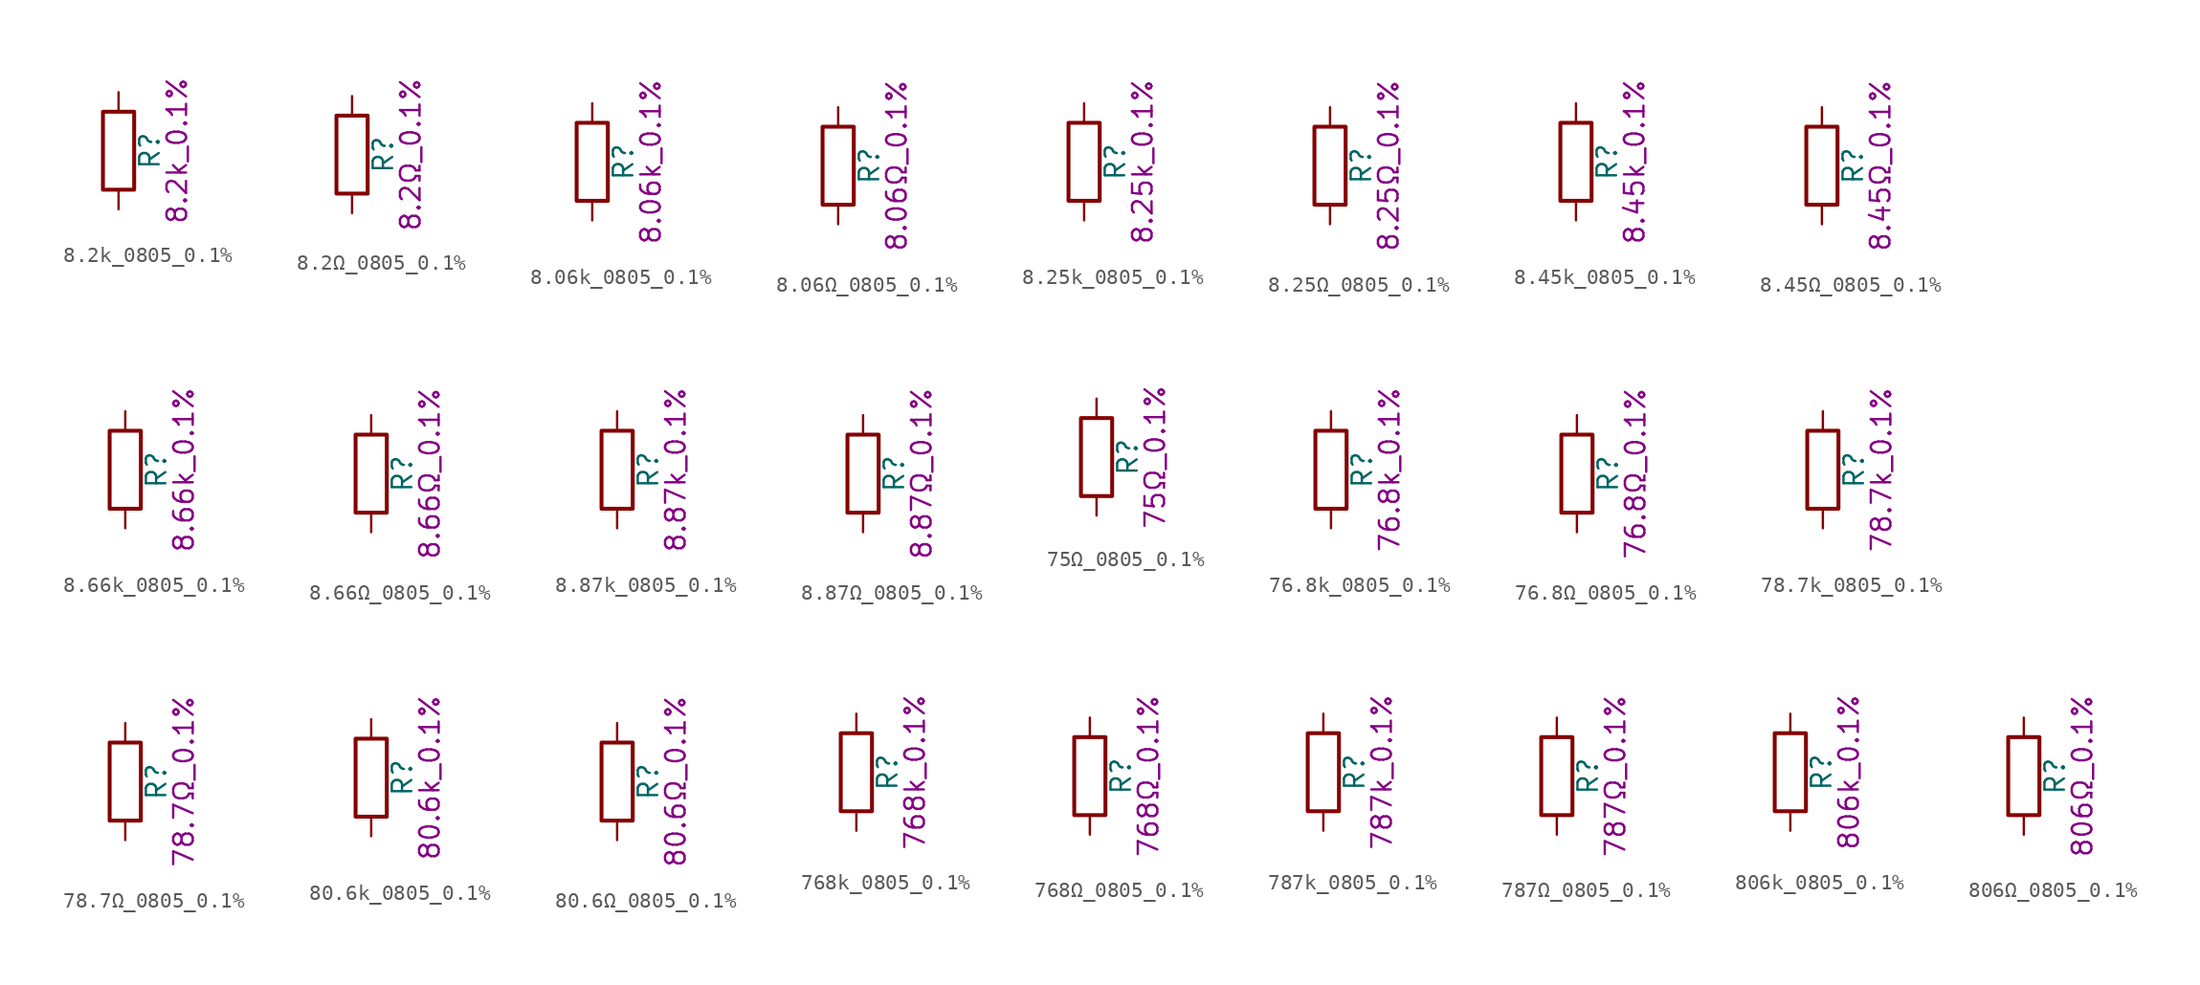
<source format=kicad_sym>
(kicad_symbol_lib
  (version 20211014)
  (generator kicad_symbol_editor)
  (symbol "8.2k_0805_0.1%"
    (pin_numbers hide)
    (pin_names
      (offset 0))
    (property "Reference" "R"
      (at 2.032 0 90)
      (effects (font (size 1.27 1.27))))
    (property "Display" "8.2k_0.1%"
      (at 3.81 0 90)
      (effects (font (size 1.27 1.27))))
    (symbol "8.2k_0805_0.1%_0_1"
      (rectangle (start -1.016 -2.54) (end 1.016 2.54) (stroke (width 0.254) (type default) (color 0 0 0 0)) (fill (type none))))
    (symbol "8.2k_0805_0.1%_1_1"
      (pin passive line (at 0 3.81 270) (length 1.27) (name "~" (effects (font (size 1.27 1.27)))) (number "1" (effects (font (size 1.27 1.27)))))
      (pin passive line (at 0 -3.81 90) (length 1.27) (name "~" (effects (font (size 1.27 1.27)))) (number "2" (effects (font (size 1.27 1.27)))))))
  (symbol "8.2Ω_0805_0.1%"
    (pin_numbers hide)
    (pin_names
      (offset 0))
    (property "Reference" "R"
      (at 2.032 0 90)
      (effects (font (size 1.27 1.27))))
    (property "Display" "8.2Ω_0.1%"
      (at 3.81 0 90)
      (effects (font (size 1.27 1.27))))
    (symbol "8.2Ω_0805_0.1%_0_1"
      (rectangle (start -1.016 -2.54) (end 1.016 2.54) (stroke (width 0.254) (type default) (color 0 0 0 0)) (fill (type none))))
    (symbol "8.2Ω_0805_0.1%_1_1"
      (pin passive line (at 0 3.81 270) (length 1.27) (name "~" (effects (font (size 1.27 1.27)))) (number "1" (effects (font (size 1.27 1.27)))))
      (pin passive line (at 0 -3.81 90) (length 1.27) (name "~" (effects (font (size 1.27 1.27)))) (number "2" (effects (font (size 1.27 1.27)))))))
  (symbol "8.06k_0805_0.1%"
    (pin_numbers hide)
    (pin_names
      (offset 0))
    (property "Reference" "R"
      (at 2.032 0 90)
      (effects (font (size 1.27 1.27))))
    (property "Display" "8.06k_0.1%"
      (at 3.81 0 90)
      (effects (font (size 1.27 1.27))))
    (symbol "8.06k_0805_0.1%_0_1"
      (rectangle (start -1.016 -2.54) (end 1.016 2.54) (stroke (width 0.254) (type default) (color 0 0 0 0)) (fill (type none))))
    (symbol "8.06k_0805_0.1%_1_1"
      (pin passive line (at 0 3.81 270) (length 1.27) (name "~" (effects (font (size 1.27 1.27)))) (number "1" (effects (font (size 1.27 1.27)))))
      (pin passive line (at 0 -3.81 90) (length 1.27) (name "~" (effects (font (size 1.27 1.27)))) (number "2" (effects (font (size 1.27 1.27)))))))
  (symbol "8.06Ω_0805_0.1%"
    (pin_numbers hide)
    (pin_names
      (offset 0))
    (property "Reference" "R"
      (at 2.032 0 90)
      (effects (font (size 1.27 1.27))))
    (property "Display" "8.06Ω_0.1%"
      (at 3.81 0 90)
      (effects (font (size 1.27 1.27))))
    (symbol "8.06Ω_0805_0.1%_0_1"
      (rectangle (start -1.016 -2.54) (end 1.016 2.54) (stroke (width 0.254) (type default) (color 0 0 0 0)) (fill (type none))))
    (symbol "8.06Ω_0805_0.1%_1_1"
      (pin passive line (at 0 3.81 270) (length 1.27) (name "~" (effects (font (size 1.27 1.27)))) (number "1" (effects (font (size 1.27 1.27)))))
      (pin passive line (at 0 -3.81 90) (length 1.27) (name "~" (effects (font (size 1.27 1.27)))) (number "2" (effects (font (size 1.27 1.27)))))))
  (symbol "8.25k_0805_0.1%"
    (pin_numbers hide)
    (pin_names
      (offset 0))
    (property "Reference" "R"
      (at 2.032 0 90)
      (effects (font (size 1.27 1.27))))
    (property "Display" "8.25k_0.1%"
      (at 3.81 0 90)
      (effects (font (size 1.27 1.27))))
    (symbol "8.25k_0805_0.1%_0_1"
      (rectangle (start -1.016 -2.54) (end 1.016 2.54) (stroke (width 0.254) (type default) (color 0 0 0 0)) (fill (type none))))
    (symbol "8.25k_0805_0.1%_1_1"
      (pin passive line (at 0 3.81 270) (length 1.27) (name "~" (effects (font (size 1.27 1.27)))) (number "1" (effects (font (size 1.27 1.27)))))
      (pin passive line (at 0 -3.81 90) (length 1.27) (name "~" (effects (font (size 1.27 1.27)))) (number "2" (effects (font (size 1.27 1.27)))))))
  (symbol "8.25Ω_0805_0.1%"
    (pin_numbers hide)
    (pin_names
      (offset 0))
    (property "Reference" "R"
      (at 2.032 0 90)
      (effects (font (size 1.27 1.27))))
    (property "Display" "8.25Ω_0.1%"
      (at 3.81 0 90)
      (effects (font (size 1.27 1.27))))
    (symbol "8.25Ω_0805_0.1%_0_1"
      (rectangle (start -1.016 -2.54) (end 1.016 2.54) (stroke (width 0.254) (type default) (color 0 0 0 0)) (fill (type none))))
    (symbol "8.25Ω_0805_0.1%_1_1"
      (pin passive line (at 0 3.81 270) (length 1.27) (name "~" (effects (font (size 1.27 1.27)))) (number "1" (effects (font (size 1.27 1.27)))))
      (pin passive line (at 0 -3.81 90) (length 1.27) (name "~" (effects (font (size 1.27 1.27)))) (number "2" (effects (font (size 1.27 1.27)))))))
  (symbol "8.45k_0805_0.1%"
    (pin_numbers hide)
    (pin_names
      (offset 0))
    (property "Reference" "R"
      (at 2.032 0 90)
      (effects (font (size 1.27 1.27))))
    (property "Display" "8.45k_0.1%"
      (at 3.81 0 90)
      (effects (font (size 1.27 1.27))))
    (symbol "8.45k_0805_0.1%_0_1"
      (rectangle (start -1.016 -2.54) (end 1.016 2.54) (stroke (width 0.254) (type default) (color 0 0 0 0)) (fill (type none))))
    (symbol "8.45k_0805_0.1%_1_1"
      (pin passive line (at 0 3.81 270) (length 1.27) (name "~" (effects (font (size 1.27 1.27)))) (number "1" (effects (font (size 1.27 1.27)))))
      (pin passive line (at 0 -3.81 90) (length 1.27) (name "~" (effects (font (size 1.27 1.27)))) (number "2" (effects (font (size 1.27 1.27)))))))
  (symbol "8.45Ω_0805_0.1%"
    (pin_numbers hide)
    (pin_names
      (offset 0))
    (property "Reference" "R"
      (at 2.032 0 90)
      (effects (font (size 1.27 1.27))))
    (property "Display" "8.45Ω_0.1%"
      (at 3.81 0 90)
      (effects (font (size 1.27 1.27))))
    (symbol "8.45Ω_0805_0.1%_0_1"
      (rectangle (start -1.016 -2.54) (end 1.016 2.54) (stroke (width 0.254) (type default) (color 0 0 0 0)) (fill (type none))))
    (symbol "8.45Ω_0805_0.1%_1_1"
      (pin passive line (at 0 3.81 270) (length 1.27) (name "~" (effects (font (size 1.27 1.27)))) (number "1" (effects (font (size 1.27 1.27)))))
      (pin passive line (at 0 -3.81 90) (length 1.27) (name "~" (effects (font (size 1.27 1.27)))) (number "2" (effects (font (size 1.27 1.27)))))))
  (symbol "8.66k_0805_0.1%"
    (pin_numbers hide)
    (pin_names
      (offset 0))
    (property "Reference" "R"
      (at 2.032 0 90)
      (effects (font (size 1.27 1.27))))
    (property "Display" "8.66k_0.1%"
      (at 3.81 0 90)
      (effects (font (size 1.27 1.27))))
    (symbol "8.66k_0805_0.1%_0_1"
      (rectangle (start -1.016 -2.54) (end 1.016 2.54) (stroke (width 0.254) (type default) (color 0 0 0 0)) (fill (type none))))
    (symbol "8.66k_0805_0.1%_1_1"
      (pin passive line (at 0 3.81 270) (length 1.27) (name "~" (effects (font (size 1.27 1.27)))) (number "1" (effects (font (size 1.27 1.27)))))
      (pin passive line (at 0 -3.81 90) (length 1.27) (name "~" (effects (font (size 1.27 1.27)))) (number "2" (effects (font (size 1.27 1.27)))))))
  (symbol "8.66Ω_0805_0.1%"
    (pin_numbers hide)
    (pin_names
      (offset 0))
    (property "Reference" "R"
      (at 2.032 0 90)
      (effects (font (size 1.27 1.27))))
    (property "Display" "8.66Ω_0.1%"
      (at 3.81 0 90)
      (effects (font (size 1.27 1.27))))
    (symbol "8.66Ω_0805_0.1%_0_1"
      (rectangle (start -1.016 -2.54) (end 1.016 2.54) (stroke (width 0.254) (type default) (color 0 0 0 0)) (fill (type none))))
    (symbol "8.66Ω_0805_0.1%_1_1"
      (pin passive line (at 0 3.81 270) (length 1.27) (name "~" (effects (font (size 1.27 1.27)))) (number "1" (effects (font (size 1.27 1.27)))))
      (pin passive line (at 0 -3.81 90) (length 1.27) (name "~" (effects (font (size 1.27 1.27)))) (number "2" (effects (font (size 1.27 1.27)))))))
  (symbol "8.87k_0805_0.1%"
    (pin_numbers hide)
    (pin_names
      (offset 0))
    (property "Reference" "R"
      (at 2.032 0 90)
      (effects (font (size 1.27 1.27))))
    (property "Display" "8.87k_0.1%"
      (at 3.81 0 90)
      (effects (font (size 1.27 1.27))))
    (symbol "8.87k_0805_0.1%_0_1"
      (rectangle (start -1.016 -2.54) (end 1.016 2.54) (stroke (width 0.254) (type default) (color 0 0 0 0)) (fill (type none))))
    (symbol "8.87k_0805_0.1%_1_1"
      (pin passive line (at 0 3.81 270) (length 1.27) (name "~" (effects (font (size 1.27 1.27)))) (number "1" (effects (font (size 1.27 1.27)))))
      (pin passive line (at 0 -3.81 90) (length 1.27) (name "~" (effects (font (size 1.27 1.27)))) (number "2" (effects (font (size 1.27 1.27)))))))
  (symbol "8.87Ω_0805_0.1%"
    (pin_numbers hide)
    (pin_names
      (offset 0))
    (property "Reference" "R"
      (at 2.032 0 90)
      (effects (font (size 1.27 1.27))))
    (property "Display" "8.87Ω_0.1%"
      (at 3.81 0 90)
      (effects (font (size 1.27 1.27))))
    (symbol "8.87Ω_0805_0.1%_0_1"
      (rectangle (start -1.016 -2.54) (end 1.016 2.54) (stroke (width 0.254) (type default) (color 0 0 0 0)) (fill (type none))))
    (symbol "8.87Ω_0805_0.1%_1_1"
      (pin passive line (at 0 3.81 270) (length 1.27) (name "~" (effects (font (size 1.27 1.27)))) (number "1" (effects (font (size 1.27 1.27)))))
      (pin passive line (at 0 -3.81 90) (length 1.27) (name "~" (effects (font (size 1.27 1.27)))) (number "2" (effects (font (size 1.27 1.27)))))))
  (symbol "75Ω_0805_0.1%"
    (pin_numbers hide)
    (pin_names
      (offset 0))
    (property "Reference" "R"
      (at 2.032 0 90)
      (effects (font (size 1.27 1.27))))
    (property "Display" "75Ω_0.1%"
      (at 3.81 0 90)
      (effects (font (size 1.27 1.27))))
    (symbol "75Ω_0805_0.1%_0_1"
      (rectangle (start -1.016 -2.54) (end 1.016 2.54) (stroke (width 0.254) (type default) (color 0 0 0 0)) (fill (type none))))
    (symbol "75Ω_0805_0.1%_1_1"
      (pin passive line (at 0 3.81 270) (length 1.27) (name "~" (effects (font (size 1.27 1.27)))) (number "1" (effects (font (size 1.27 1.27)))))
      (pin passive line (at 0 -3.81 90) (length 1.27) (name "~" (effects (font (size 1.27 1.27)))) (number "2" (effects (font (size 1.27 1.27)))))))
  (symbol "76.8k_0805_0.1%"
    (pin_numbers hide)
    (pin_names
      (offset 0))
    (property "Reference" "R"
      (at 2.032 0 90)
      (effects (font (size 1.27 1.27))))
    (property "Display" "76.8k_0.1%"
      (at 3.81 0 90)
      (effects (font (size 1.27 1.27))))
    (symbol "76.8k_0805_0.1%_0_1"
      (rectangle (start -1.016 -2.54) (end 1.016 2.54) (stroke (width 0.254) (type default) (color 0 0 0 0)) (fill (type none))))
    (symbol "76.8k_0805_0.1%_1_1"
      (pin passive line (at 0 3.81 270) (length 1.27) (name "~" (effects (font (size 1.27 1.27)))) (number "1" (effects (font (size 1.27 1.27)))))
      (pin passive line (at 0 -3.81 90) (length 1.27) (name "~" (effects (font (size 1.27 1.27)))) (number "2" (effects (font (size 1.27 1.27)))))))
  (symbol "76.8Ω_0805_0.1%"
    (pin_numbers hide)
    (pin_names
      (offset 0))
    (property "Reference" "R"
      (at 2.032 0 90)
      (effects (font (size 1.27 1.27))))
    (property "Display" "76.8Ω_0.1%"
      (at 3.81 0 90)
      (effects (font (size 1.27 1.27))))
    (symbol "76.8Ω_0805_0.1%_0_1"
      (rectangle (start -1.016 -2.54) (end 1.016 2.54) (stroke (width 0.254) (type default) (color 0 0 0 0)) (fill (type none))))
    (symbol "76.8Ω_0805_0.1%_1_1"
      (pin passive line (at 0 3.81 270) (length 1.27) (name "~" (effects (font (size 1.27 1.27)))) (number "1" (effects (font (size 1.27 1.27)))))
      (pin passive line (at 0 -3.81 90) (length 1.27) (name "~" (effects (font (size 1.27 1.27)))) (number "2" (effects (font (size 1.27 1.27)))))))
  (symbol "78.7k_0805_0.1%"
    (pin_numbers hide)
    (pin_names
      (offset 0))
    (property "Reference" "R"
      (at 2.032 0 90)
      (effects (font (size 1.27 1.27))))
    (property "Display" "78.7k_0.1%"
      (at 3.81 0 90)
      (effects (font (size 1.27 1.27))))
    (symbol "78.7k_0805_0.1%_0_1"
      (rectangle (start -1.016 -2.54) (end 1.016 2.54) (stroke (width 0.254) (type default) (color 0 0 0 0)) (fill (type none))))
    (symbol "78.7k_0805_0.1%_1_1"
      (pin passive line (at 0 3.81 270) (length 1.27) (name "~" (effects (font (size 1.27 1.27)))) (number "1" (effects (font (size 1.27 1.27)))))
      (pin passive line (at 0 -3.81 90) (length 1.27) (name "~" (effects (font (size 1.27 1.27)))) (number "2" (effects (font (size 1.27 1.27)))))))
  (symbol "78.7Ω_0805_0.1%"
    (pin_numbers hide)
    (pin_names
      (offset 0))
    (property "Reference" "R"
      (at 2.032 0 90)
      (effects (font (size 1.27 1.27))))
    (property "Display" "78.7Ω_0.1%"
      (at 3.81 0 90)
      (effects (font (size 1.27 1.27))))
    (symbol "78.7Ω_0805_0.1%_0_1"
      (rectangle (start -1.016 -2.54) (end 1.016 2.54) (stroke (width 0.254) (type default) (color 0 0 0 0)) (fill (type none))))
    (symbol "78.7Ω_0805_0.1%_1_1"
      (pin passive line (at 0 3.81 270) (length 1.27) (name "~" (effects (font (size 1.27 1.27)))) (number "1" (effects (font (size 1.27 1.27)))))
      (pin passive line (at 0 -3.81 90) (length 1.27) (name "~" (effects (font (size 1.27 1.27)))) (number "2" (effects (font (size 1.27 1.27)))))))
  (symbol "80.6k_0805_0.1%"
    (pin_numbers hide)
    (pin_names
      (offset 0))
    (property "Reference" "R"
      (at 2.032 0 90)
      (effects (font (size 1.27 1.27))))
    (property "Display" "80.6k_0.1%"
      (at 3.81 0 90)
      (effects (font (size 1.27 1.27))))
    (symbol "80.6k_0805_0.1%_0_1"
      (rectangle (start -1.016 -2.54) (end 1.016 2.54) (stroke (width 0.254) (type default) (color 0 0 0 0)) (fill (type none))))
    (symbol "80.6k_0805_0.1%_1_1"
      (pin passive line (at 0 3.81 270) (length 1.27) (name "~" (effects (font (size 1.27 1.27)))) (number "1" (effects (font (size 1.27 1.27)))))
      (pin passive line (at 0 -3.81 90) (length 1.27) (name "~" (effects (font (size 1.27 1.27)))) (number "2" (effects (font (size 1.27 1.27)))))))
  (symbol "80.6Ω_0805_0.1%"
    (pin_numbers hide)
    (pin_names
      (offset 0))
    (property "Reference" "R"
      (at 2.032 0 90)
      (effects (font (size 1.27 1.27))))
    (property "Display" "80.6Ω_0.1%"
      (at 3.81 0 90)
      (effects (font (size 1.27 1.27))))
    (symbol "80.6Ω_0805_0.1%_0_1"
      (rectangle (start -1.016 -2.54) (end 1.016 2.54) (stroke (width 0.254) (type default) (color 0 0 0 0)) (fill (type none))))
    (symbol "80.6Ω_0805_0.1%_1_1"
      (pin passive line (at 0 3.81 270) (length 1.27) (name "~" (effects (font (size 1.27 1.27)))) (number "1" (effects (font (size 1.27 1.27)))))
      (pin passive line (at 0 -3.81 90) (length 1.27) (name "~" (effects (font (size 1.27 1.27)))) (number "2" (effects (font (size 1.27 1.27)))))))
  (symbol "768k_0805_0.1%"
    (pin_numbers hide)
    (pin_names
      (offset 0))
    (property "Reference" "R"
      (at 2.032 0 90)
      (effects (font (size 1.27 1.27))))
    (property "Display" "768k_0.1%"
      (at 3.81 0 90)
      (effects (font (size 1.27 1.27))))
    (symbol "768k_0805_0.1%_0_1"
      (rectangle (start -1.016 -2.54) (end 1.016 2.54) (stroke (width 0.254) (type default) (color 0 0 0 0)) (fill (type none))))
    (symbol "768k_0805_0.1%_1_1"
      (pin passive line (at 0 3.81 270) (length 1.27) (name "~" (effects (font (size 1.27 1.27)))) (number "1" (effects (font (size 1.27 1.27)))))
      (pin passive line (at 0 -3.81 90) (length 1.27) (name "~" (effects (font (size 1.27 1.27)))) (number "2" (effects (font (size 1.27 1.27)))))))
  (symbol "768Ω_0805_0.1%"
    (pin_numbers hide)
    (pin_names
      (offset 0))
    (property "Reference" "R"
      (at 2.032 0 90)
      (effects (font (size 1.27 1.27))))
    (property "Display" "768Ω_0.1%"
      (at 3.81 0 90)
      (effects (font (size 1.27 1.27))))
    (symbol "768Ω_0805_0.1%_0_1"
      (rectangle (start -1.016 -2.54) (end 1.016 2.54) (stroke (width 0.254) (type default) (color 0 0 0 0)) (fill (type none))))
    (symbol "768Ω_0805_0.1%_1_1"
      (pin passive line (at 0 3.81 270) (length 1.27) (name "~" (effects (font (size 1.27 1.27)))) (number "1" (effects (font (size 1.27 1.27)))))
      (pin passive line (at 0 -3.81 90) (length 1.27) (name "~" (effects (font (size 1.27 1.27)))) (number "2" (effects (font (size 1.27 1.27)))))))
  (symbol "787k_0805_0.1%"
    (pin_numbers hide)
    (pin_names
      (offset 0))
    (property "Reference" "R"
      (at 2.032 0 90)
      (effects (font (size 1.27 1.27))))
    (property "Display" "787k_0.1%"
      (at 3.81 0 90)
      (effects (font (size 1.27 1.27))))
    (symbol "787k_0805_0.1%_0_1"
      (rectangle (start -1.016 -2.54) (end 1.016 2.54) (stroke (width 0.254) (type default) (color 0 0 0 0)) (fill (type none))))
    (symbol "787k_0805_0.1%_1_1"
      (pin passive line (at 0 3.81 270) (length 1.27) (name "~" (effects (font (size 1.27 1.27)))) (number "1" (effects (font (size 1.27 1.27)))))
      (pin passive line (at 0 -3.81 90) (length 1.27) (name "~" (effects (font (size 1.27 1.27)))) (number "2" (effects (font (size 1.27 1.27)))))))
  (symbol "787Ω_0805_0.1%"
    (pin_numbers hide)
    (pin_names
      (offset 0))
    (property "Reference" "R"
      (at 2.032 0 90)
      (effects (font (size 1.27 1.27))))
    (property "Display" "787Ω_0.1%"
      (at 3.81 0 90)
      (effects (font (size 1.27 1.27))))
    (symbol "787Ω_0805_0.1%_0_1"
      (rectangle (start -1.016 -2.54) (end 1.016 2.54) (stroke (width 0.254) (type default) (color 0 0 0 0)) (fill (type none))))
    (symbol "787Ω_0805_0.1%_1_1"
      (pin passive line (at 0 3.81 270) (length 1.27) (name "~" (effects (font (size 1.27 1.27)))) (number "1" (effects (font (size 1.27 1.27)))))
      (pin passive line (at 0 -3.81 90) (length 1.27) (name "~" (effects (font (size 1.27 1.27)))) (number "2" (effects (font (size 1.27 1.27)))))))
  (symbol "806k_0805_0.1%"
    (pin_numbers hide)
    (pin_names
      (offset 0))
    (property "Reference" "R"
      (at 2.032 0 90)
      (effects (font (size 1.27 1.27))))
    (property "Display" "806k_0.1%"
      (at 3.81 0 90)
      (effects (font (size 1.27 1.27))))
    (symbol "806k_0805_0.1%_0_1"
      (rectangle (start -1.016 -2.54) (end 1.016 2.54) (stroke (width 0.254) (type default) (color 0 0 0 0)) (fill (type none))))
    (symbol "806k_0805_0.1%_1_1"
      (pin passive line (at 0 3.81 270) (length 1.27) (name "~" (effects (font (size 1.27 1.27)))) (number "1" (effects (font (size 1.27 1.27)))))
      (pin passive line (at 0 -3.81 90) (length 1.27) (name "~" (effects (font (size 1.27 1.27)))) (number "2" (effects (font (size 1.27 1.27)))))))
  (symbol "806Ω_0805_0.1%"
    (pin_numbers hide)
    (pin_names
      (offset 0))
    (property "Reference" "R"
      (at 2.032 0 90)
      (effects (font (size 1.27 1.27))))
    (property "Display" "806Ω_0.1%"
      (at 3.81 0 90)
      (effects (font (size 1.27 1.27))))
    (symbol "806Ω_0805_0.1%_0_1"
      (rectangle (start -1.016 -2.54) (end 1.016 2.54) (stroke (width 0.254) (type default) (color 0 0 0 0)) (fill (type none))))
    (symbol "806Ω_0805_0.1%_1_1"
      (pin passive line (at 0 3.81 270) (length 1.27) (name "~" (effects (font (size 1.27 1.27)))) (number "1" (effects (font (size 1.27 1.27)))))
      (pin passive line (at 0 -3.81 90) (length 1.27) (name "~" (effects (font (size 1.27 1.27)))) (number "2" (effects (font (size 1.27 1.27))))))))
</source>
